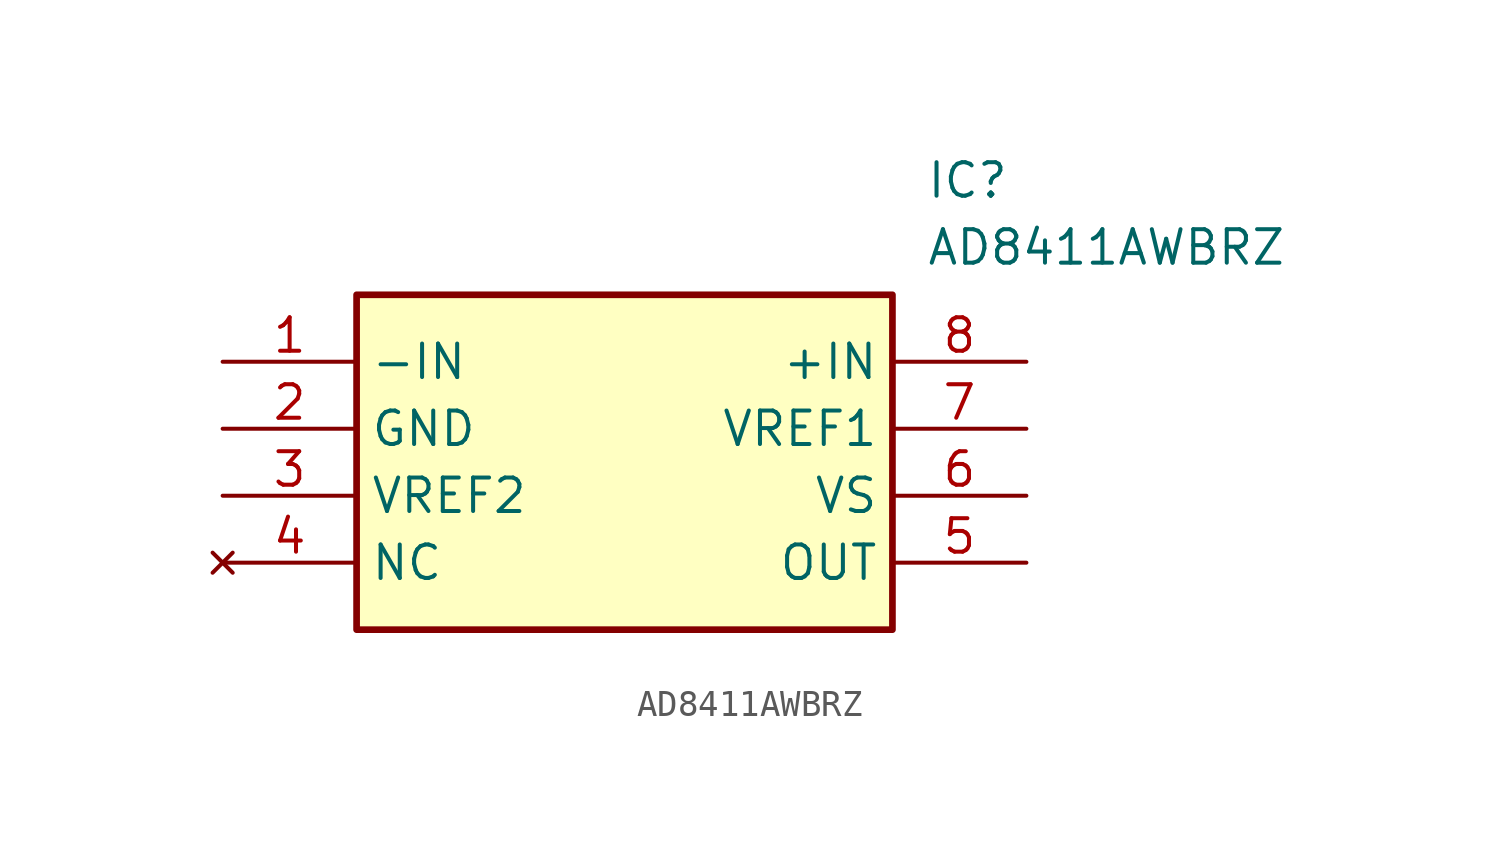
<source format=kicad_sym>
(kicad_symbol_lib
  (version 20211014)
  (generator SamacSys_ECAD_Model)
  (symbol "AD8411AWBRZ"
    (property "Reference" "IC"
      (at 26.67 7.62 0)
      (effects (font (size 1.27 1.27)) (justify left top)))
    (property "Value" "AD8411AWBRZ"
      (at 26.67 5.08 0)
      (effects (font (size 1.27 1.27)) (justify left top)))
    (rectangle
      (start 5.08 2.54)
      (end 25.4 -10.16)
      (stroke (width 0.254) (type default))
      (fill (type background)))
    (pin passive line
      (at 0 0 0)
      (length 5.08)
      (name "-IN" (effects (font (size 1.27 1.27))))
      (number "1" (effects (font (size 1.27 1.27)))))
    (pin passive line
      (at 0 -2.54 0)
      (length 5.08)
      (name "GND" (effects (font (size 1.27 1.27))))
      (number "2" (effects (font (size 1.27 1.27)))))
    (pin passive line
      (at 0 -5.08 0)
      (length 5.08)
      (name "VREF2" (effects (font (size 1.27 1.27))))
      (number "3" (effects (font (size 1.27 1.27)))))
    (pin no_connect line
      (at 0 -7.62 0)
      (length 5.08)
      (name "NC" (effects (font (size 1.27 1.27))))
      (number "4" (effects (font (size 1.27 1.27)))))
    (pin passive line
      (at 30.48 0 180)
      (length 5.08)
      (name "+IN" (effects (font (size 1.27 1.27))))
      (number "8" (effects (font (size 1.27 1.27)))))
    (pin passive line
      (at 30.48 -2.54 180)
      (length 5.08)
      (name "VREF1" (effects (font (size 1.27 1.27))))
      (number "7" (effects (font (size 1.27 1.27)))))
    (pin passive line
      (at 30.48 -5.08 180)
      (length 5.08)
      (name "VS" (effects (font (size 1.27 1.27))))
      (number "6" (effects (font (size 1.27 1.27)))))
    (pin passive line
      (at 30.48 -7.62 180)
      (length 5.08)
      (name "OUT" (effects (font (size 1.27 1.27))))
      (number "5" (effects (font (size 1.27 1.27)))))))
</source>
